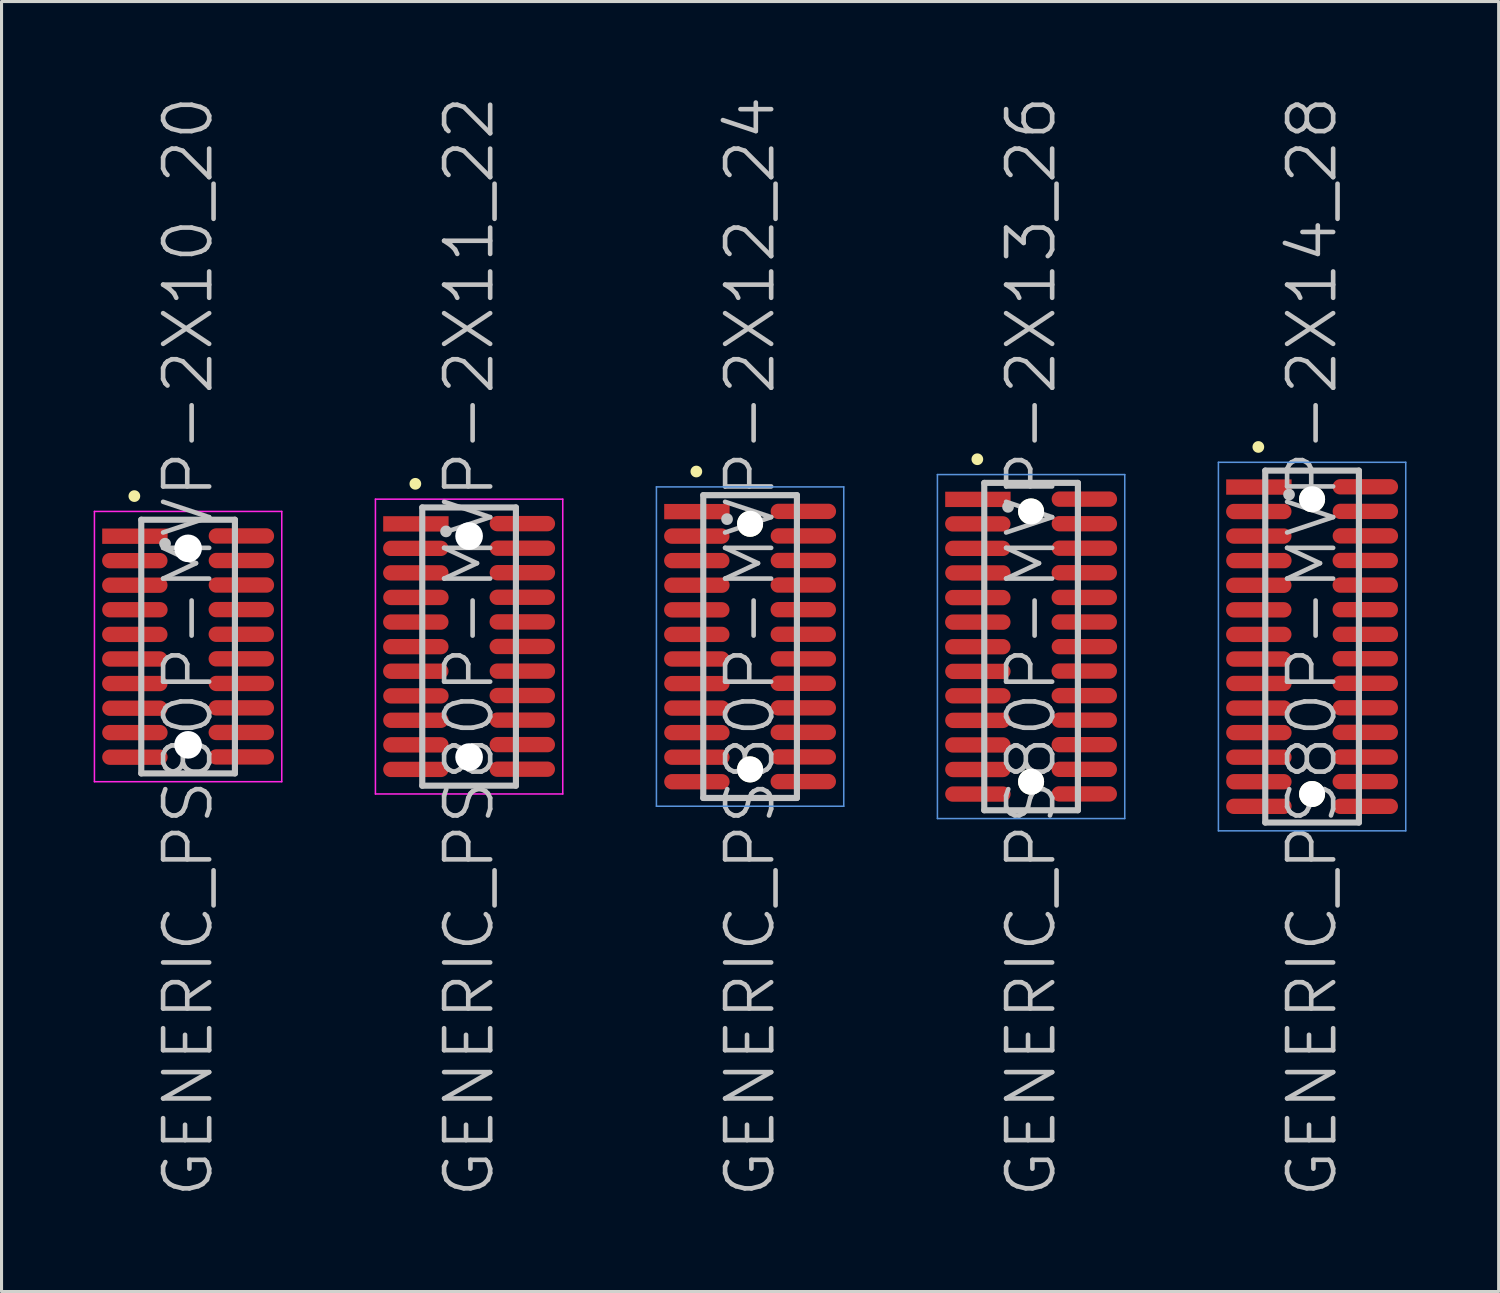
<source format=kicad_pcb>
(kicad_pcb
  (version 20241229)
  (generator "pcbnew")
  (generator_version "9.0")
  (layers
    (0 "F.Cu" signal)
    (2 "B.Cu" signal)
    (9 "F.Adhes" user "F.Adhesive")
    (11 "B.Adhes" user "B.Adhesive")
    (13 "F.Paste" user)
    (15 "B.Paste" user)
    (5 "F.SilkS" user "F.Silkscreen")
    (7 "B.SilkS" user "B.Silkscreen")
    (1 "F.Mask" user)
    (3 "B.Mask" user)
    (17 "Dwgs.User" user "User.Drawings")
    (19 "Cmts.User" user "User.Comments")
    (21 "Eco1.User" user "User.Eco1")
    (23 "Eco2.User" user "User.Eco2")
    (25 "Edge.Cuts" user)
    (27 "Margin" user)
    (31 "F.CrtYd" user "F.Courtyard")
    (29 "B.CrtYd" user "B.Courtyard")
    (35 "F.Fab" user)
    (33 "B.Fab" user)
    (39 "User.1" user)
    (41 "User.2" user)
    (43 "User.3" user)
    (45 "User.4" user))
  (footprint "GENERIC_PS80P-MVP-2X13_26"
    (layer "F.Cu")
    (at 30.525 18.004)
    (property "Reference" "GENERIC_PS80P-MVP-2X13_26" (at 0 0 90) (layer "Dwgs.User") (effects (font (size 1.5 1.5) (thickness 0.15))))
    (attr smd)
    (fp_line (start -1.75 -6.1) (end -1.75 -6.1) (stroke (width 0.381) (type solid)) (layer "F.SilkS"))
    (fp_line (start -1.525 -5.33) (end -1.525 5.33) (stroke (width 0.2) (type solid)) (layer "Dwgs.User"))
    (fp_line (start -1.525 -5.33) (end 1.525 -5.33) (stroke (width 0.2) (type solid)) (layer "Dwgs.User"))
    (fp_line (start -1.525 5.33) (end 1.525 5.33) (stroke (width 0.2) (type solid)) (layer "Dwgs.User"))
    (fp_line (start -0.75 -4.55) (end -0.75 -4.55) (stroke (width 0.381) (type solid)) (layer "Dwgs.User"))
    (fp_line (start 1.525 -5.33) (end 1.525 5.33) (stroke (width 0.2) (type solid)) (layer "Dwgs.User"))
    (fp_line (start -3.05 -5.6) (end -3.05 5.6) (stroke (width 0.05) (type solid)) (layer "Cmts.User"))
    (fp_line (start -3.05 -5.6) (end 3.05 -5.6) (stroke (width 0.05) (type solid)) (layer "Cmts.User"))
    (fp_line (start -3.05 5.6) (end 3.05 5.6) (stroke (width 0.05) (type solid)) (layer "Cmts.User"))
    (fp_line (start 3.05 -5.6) (end 3.05 5.6) (stroke (width 0.05) (type solid)) (layer "Cmts.User"))
    (pad "" np_thru_hole circle (at 0 -4.399 270) (size 0.848 0.848) (drill 0.848) (layers "*.Cu" "*.Mask" "F.SilkS"))
    (pad "" np_thru_hole circle (at 0 4.402 270) (size 0.848 0.848) (drill 0.848) (layers "*.Cu" "*.Mask" "F.SilkS"))
    (pad "1" smd rect (at -1.732 -4.793 270) (size 0.5 2.13) (layers "F.Cu" "F.Mask" "F.Paste"))
    (pad "2" smd oval (at 1.735 -4.801 270) (size 0.5 2.13) (layers "F.Cu" "F.Mask" "F.Paste"))
    (pad "3" smd oval (at -1.735 -3.995 270) (size 0.5 2.13) (layers "F.Cu" "F.Mask" "F.Paste"))
    (pad "4" smd oval (at 1.735 -4 270) (size 0.5 2.13) (layers "F.Cu" "F.Mask" "F.Paste"))
    (pad "5" smd oval (at -1.735 -3.198 270) (size 0.5 2.13) (layers "F.Cu" "F.Mask" "F.Paste"))
    (pad "6" smd oval (at 1.735 -3.203 270) (size 0.5 2.13) (layers "F.Cu" "F.Mask" "F.Paste"))
    (pad "7" smd oval (at -1.732 -2.398 270) (size 0.5 2.13) (layers "F.Cu" "F.Mask" "F.Paste"))
    (pad "8" smd oval (at 1.732 -2.403 270) (size 0.5 2.13) (layers "F.Cu" "F.Mask" "F.Paste"))
    (pad "9" smd oval (at -1.735 -1.595 270) (size 0.5 2.13) (layers "F.Cu" "F.Mask" "F.Paste"))
    (pad "10" smd oval (at 1.732 -1.6 270) (size 0.5 2.13) (layers "F.Cu" "F.Mask" "F.Paste"))
    (pad "11" smd oval (at -1.735 -0.795 270) (size 0.5 2.13) (layers "F.Cu" "F.Mask" "F.Paste"))
    (pad "12" smd oval (at 1.732 -0.8 270) (size 0.5 2.13) (layers "F.Cu" "F.Mask" "F.Paste"))
    (pad "13" smd oval (at -1.735 0.005 270) (size 0.5 2.13) (layers "F.Cu" "F.Mask" "F.Paste"))
    (pad "14" smd oval (at 1.735 0.003 270) (size 0.5 2.13) (layers "F.Cu" "F.Mask" "F.Paste"))
    (pad "15" smd oval (at -1.732 0.808 270) (size 0.5 2.13) (layers "F.Cu" "F.Mask" "F.Paste"))
    (pad "16" smd oval (at 1.732 0.798 270) (size 0.5 2.13) (layers "F.Cu" "F.Mask" "F.Paste"))
    (pad "17" smd oval (at -1.732 1.603 270) (size 0.5 2.13) (layers "F.Cu" "F.Mask" "F.Paste"))
    (pad "18" smd oval (at 1.732 1.598 270) (size 0.5 2.13) (layers "F.Cu" "F.Mask" "F.Paste"))
    (pad "19" smd oval (at -1.732 2.403 270) (size 0.5 2.13) (layers "F.Cu" "F.Mask" "F.Paste"))
    (pad "20" smd oval (at 1.732 2.395 270) (size 0.5 2.13) (layers "F.Cu" "F.Mask" "F.Paste"))
    (pad "21" smd oval (at -1.732 3.203 270) (size 0.5 2.13) (layers "F.Cu" "F.Mask" "F.Paste"))
    (pad "22" smd oval (at 1.732 3.195 270) (size 0.5 2.13) (layers "F.Cu" "F.Mask" "F.Paste"))
    (pad "23" smd oval (at -1.732 4.003 270) (size 0.5 2.13) (layers "F.Cu" "F.Mask" "F.Paste"))
    (pad "24" smd oval (at 1.732 3.998 270) (size 0.5 2.13) (layers "F.Cu" "F.Mask" "F.Paste"))
    (pad "25" smd oval (at -1.732 4.803 270) (size 0.5 2.13) (layers "F.Cu" "F.Mask" "F.Paste"))
    (pad "26" smd oval (at 1.732 4.798 270) (size 0.5 2.13) (layers "F.Cu" "F.Mask" "F.Paste")))
  (footprint "GENERIC_PS80P-MVP-2X10_20"
    (layer "F.Cu")
    (at 3.075 18.004)
    (property "Reference" "GENERIC_PS80P-MVP-2X10_20" (at 0 0 90) (layer "Dwgs.User") (effects (font (size 1.5 1.5) (thickness 0.15))))
    (attr smd)
    (fp_line (start -1.75 -4.9) (end -1.75 -4.9) (stroke (width 0.381) (type solid)) (layer "F.SilkS"))
    (fp_line (start -1.525 -4.13) (end -1.525 4.13) (stroke (width 0.2) (type solid)) (layer "Dwgs.User"))
    (fp_line (start -1.525 -4.13) (end 1.525 -4.13) (stroke (width 0.2) (type solid)) (layer "Dwgs.User"))
    (fp_line (start -1.525 4.13) (end 1.525 4.13) (stroke (width 0.2) (type solid)) (layer "Dwgs.User"))
    (fp_line (start -0.75 -3.35) (end -0.75 -3.35) (stroke (width 0.381) (type solid)) (layer "Dwgs.User"))
    (fp_line (start 1.525 -4.13) (end 1.525 4.13) (stroke (width 0.2) (type solid)) (layer "Dwgs.User"))
    (fp_line (start -3.05 -4.4) (end -3.05 4.4) (stroke (width 0.05) (type solid)) (layer "F.CrtYd"))
    (fp_line (start -3.05 -4.4) (end 3.05 -4.4) (stroke (width 0.05) (type solid)) (layer "F.CrtYd"))
    (fp_line (start -3.05 4.4) (end 3.05 4.4) (stroke (width 0.05) (type solid)) (layer "F.CrtYd"))
    (fp_line (start 3.05 -4.4) (end 3.05 4.4) (stroke (width 0.05) (type solid)) (layer "F.CrtYd"))
    (pad "" np_thru_hole circle (at 0 -3.198 270) (size 0.9 0.9) (drill 0.9) (layers "*.Cu" "*.Mask"))
    (pad "" np_thru_hole circle (at 0 3.2 270) (size 0.9 0.9) (drill 0.9) (layers "*.Cu" "*.Mask"))
    (pad "1" smd rect (at -1.732 -3.594 270) (size 0.5 2.13) (layers "F.Cu" "F.Mask" "F.Paste"))
    (pad "2" smd oval (at 1.735 -3.602 270) (size 0.5 2.13) (layers "F.Cu" "F.Mask" "F.Paste"))
    (pad "3" smd oval (at -1.735 -2.797 270) (size 0.5 2.13) (layers "F.Cu" "F.Mask" "F.Paste"))
    (pad "4" smd oval (at 1.735 -2.802 270) (size 0.5 2.13) (layers "F.Cu" "F.Mask" "F.Paste"))
    (pad "5" smd oval (at -1.735 -1.999 270) (size 0.5 2.13) (layers "F.Cu" "F.Mask" "F.Paste"))
    (pad "6" smd oval (at 1.735 -2.004 270) (size 0.5 2.13) (layers "F.Cu" "F.Mask" "F.Paste"))
    (pad "7" smd oval (at -1.732 -1.199 270) (size 0.5 2.13) (layers "F.Cu" "F.Mask" "F.Paste"))
    (pad "8" smd oval (at 1.732 -1.204 270) (size 0.5 2.13) (layers "F.Cu" "F.Mask" "F.Paste"))
    (pad "9" smd oval (at -1.735 -0.396 270) (size 0.5 2.13) (layers "F.Cu" "F.Mask" "F.Paste"))
    (pad "10" smd oval (at 1.732 -0.401 270) (size 0.5 2.13) (layers "F.Cu" "F.Mask" "F.Paste"))
    (pad "11" smd oval (at -1.735 0.404 270) (size 0.5 2.13) (layers "F.Cu" "F.Mask" "F.Paste"))
    (pad "12" smd oval (at 1.732 0.399 270) (size 0.5 2.13) (layers "F.Cu" "F.Mask" "F.Paste"))
    (pad "13" smd oval (at -1.735 1.204 270) (size 0.5 2.13) (layers "F.Cu" "F.Mask" "F.Paste"))
    (pad "14" smd oval (at 1.735 1.201 270) (size 0.5 2.13) (layers "F.Cu" "F.Mask" "F.Paste"))
    (pad "15" smd oval (at -1.732 2.007 270) (size 0.5 2.13) (layers "F.Cu" "F.Mask" "F.Paste"))
    (pad "16" smd oval (at 1.732 1.996 270) (size 0.5 2.13) (layers "F.Cu" "F.Mask" "F.Paste"))
    (pad "17" smd oval (at -1.732 2.802 270) (size 0.5 2.13) (layers "F.Cu" "F.Mask" "F.Paste"))
    (pad "18" smd oval (at 1.732 2.797 270) (size 0.5 2.13) (layers "F.Cu" "F.Mask" "F.Paste"))
    (pad "19" smd oval (at -1.732 3.602 270) (size 0.5 2.13) (layers "F.Cu" "F.Mask" "F.Paste"))
    (pad "20" smd oval (at 1.732 3.594 270) (size 0.5 2.13) (layers "F.Cu" "F.Mask" "F.Paste")))
  (footprint "GENERIC_PS80P-MVP-2X11_22"
    (layer "F.Cu")
    (at 12.225 18.004)
    (property "Reference" "GENERIC_PS80P-MVP-2X11_22" (at 0 0 90) (layer "Dwgs.User") (effects (font (size 1.5 1.5) (thickness 0.15))))
    (attr smd)
    (fp_line (start -1.75 -5.3) (end -1.75 -5.3) (stroke (width 0.381) (type solid)) (layer "F.SilkS"))
    (fp_line (start -1.525 -4.53) (end -1.525 4.53) (stroke (width 0.2) (type solid)) (layer "Dwgs.User"))
    (fp_line (start -1.525 -4.53) (end 1.525 -4.53) (stroke (width 0.2) (type solid)) (layer "Dwgs.User"))
    (fp_line (start -1.525 4.53) (end 1.525 4.53) (stroke (width 0.2) (type solid)) (layer "Dwgs.User"))
    (fp_line (start -0.75 -3.75) (end -0.75 -3.75) (stroke (width 0.381) (type solid)) (layer "Dwgs.User"))
    (fp_line (start 1.525 -4.53) (end 1.525 4.53) (stroke (width 0.2) (type solid)) (layer "Dwgs.User"))
    (fp_line (start -3.05 -4.8) (end -3.05 4.8) (stroke (width 0.05) (type solid)) (layer "F.CrtYd"))
    (fp_line (start -3.05 -4.8) (end 3.05 -4.8) (stroke (width 0.05) (type solid)) (layer "F.CrtYd"))
    (fp_line (start -3.05 4.8) (end 3.05 4.8) (stroke (width 0.05) (type solid)) (layer "F.CrtYd"))
    (fp_line (start 3.05 -4.8) (end 3.05 4.8) (stroke (width 0.05) (type solid)) (layer "F.CrtYd"))
    (pad "" np_thru_hole circle (at 0 -3.599 270) (size 0.9 0.9) (drill 0.9) (layers "*.Cu" "*.Mask"))
    (pad "" np_thru_hole circle (at 0 3.599 270) (size 0.9 0.9) (drill 0.9) (layers "*.Cu" "*.Mask"))
    (pad "1" smd rect (at -1.732 -3.995 270) (size 0.5 2.13) (layers "F.Cu" "F.Mask" "F.Paste"))
    (pad "2" smd oval (at 1.735 -4.003 270) (size 0.5 2.13) (layers "F.Cu" "F.Mask" "F.Paste"))
    (pad "3" smd oval (at -1.735 -3.198 270) (size 0.5 2.13) (layers "F.Cu" "F.Mask" "F.Paste"))
    (pad "4" smd oval (at 1.735 -3.203 270) (size 0.5 2.13) (layers "F.Cu" "F.Mask" "F.Paste"))
    (pad "5" smd oval (at -1.735 -2.4 270) (size 0.5 2.13) (layers "F.Cu" "F.Mask" "F.Paste"))
    (pad "6" smd oval (at 1.735 -2.405 270) (size 0.5 2.13) (layers "F.Cu" "F.Mask" "F.Paste"))
    (pad "7" smd oval (at -1.732 -1.6 270) (size 0.5 2.13) (layers "F.Cu" "F.Mask" "F.Paste"))
    (pad "8" smd oval (at 1.732 -1.605 270) (size 0.5 2.13) (layers "F.Cu" "F.Mask" "F.Paste"))
    (pad "9" smd oval (at -1.735 -0.798 270) (size 0.5 2.13) (layers "F.Cu" "F.Mask" "F.Paste"))
    (pad "10" smd oval (at 1.732 -0.803 270) (size 0.5 2.13) (layers "F.Cu" "F.Mask" "F.Paste"))
    (pad "11" smd oval (at -1.735 0.003 270) (size 0.5 2.13) (layers "F.Cu" "F.Mask" "F.Paste"))
    (pad "12" smd oval (at 1.732 -0.003 270) (size 0.5 2.13) (layers "F.Cu" "F.Mask" "F.Paste"))
    (pad "13" smd oval (at -1.735 0.803 270) (size 0.5 2.13) (layers "F.Cu" "F.Mask" "F.Paste"))
    (pad "14" smd oval (at 1.735 0.8 270) (size 0.5 2.13) (layers "F.Cu" "F.Mask" "F.Paste"))
    (pad "15" smd oval (at -1.732 1.605 270) (size 0.5 2.13) (layers "F.Cu" "F.Mask" "F.Paste"))
    (pad "16" smd oval (at 1.732 1.595 270) (size 0.5 2.13) (layers "F.Cu" "F.Mask" "F.Paste"))
    (pad "17" smd oval (at -1.732 2.4 270) (size 0.5 2.13) (layers "F.Cu" "F.Mask" "F.Paste"))
    (pad "18" smd oval (at 1.732 2.395 270) (size 0.5 2.13) (layers "F.Cu" "F.Mask" "F.Paste"))
    (pad "19" smd oval (at -1.732 3.2 270) (size 0.5 2.13) (layers "F.Cu" "F.Mask" "F.Paste"))
    (pad "20" smd oval (at 1.732 3.193 270) (size 0.5 2.13) (layers "F.Cu" "F.Mask" "F.Paste"))
    (pad "21" smd oval (at -1.732 4 270) (size 0.5 2.13) (layers "F.Cu" "F.Mask" "F.Paste"))
    (pad "22" smd oval (at 1.732 3.993 270) (size 0.5 2.13) (layers "F.Cu" "F.Mask" "F.Paste")))
  (footprint "GENERIC_PS80P-MVP-2X12_24"
    (layer "F.Cu")
    (at 21.375 18.004)
    (property "Reference" "GENERIC_PS80P-MVP-2X12_24" (at 0 0 90) (layer "Dwgs.User") (effects (font (size 1.5 1.5) (thickness 0.15))))
    (attr smd)
    (fp_line (start -1.75 -5.7) (end -1.75 -5.7) (stroke (width 0.381) (type solid)) (layer "F.SilkS"))
    (fp_line (start -1.525 -4.93) (end -1.525 4.93) (stroke (width 0.2) (type solid)) (layer "Dwgs.User"))
    (fp_line (start -1.525 -4.93) (end 1.525 -4.93) (stroke (width 0.2) (type solid)) (layer "Dwgs.User"))
    (fp_line (start -1.525 4.93) (end 1.525 4.93) (stroke (width 0.2) (type solid)) (layer "Dwgs.User"))
    (fp_line (start -0.75 -4.15) (end -0.75 -4.15) (stroke (width 0.381) (type solid)) (layer "Dwgs.User"))
    (fp_line (start 1.525 -4.93) (end 1.525 4.93) (stroke (width 0.2) (type solid)) (layer "Dwgs.User"))
    (fp_line (start -3.05 -5.2) (end -3.05 5.2) (stroke (width 0.05) (type solid)) (layer "Cmts.User"))
    (fp_line (start -3.05 -5.2) (end 3.05 -5.2) (stroke (width 0.05) (type solid)) (layer "Cmts.User"))
    (fp_line (start -3.05 5.2) (end 3.05 5.2) (stroke (width 0.05) (type solid)) (layer "Cmts.User"))
    (fp_line (start 3.05 -5.2) (end 3.05 5.2) (stroke (width 0.05) (type solid)) (layer "Cmts.User"))
    (pad "" np_thru_hole circle (at 0 -3.998 270) (size 0.848 0.848) (drill 0.848) (layers "*.Cu" "*.Mask" "F.SilkS"))
    (pad "" np_thru_hole circle (at 0 4 270) (size 0.848 0.848) (drill 0.848) (layers "*.Cu" "*.Mask" "F.SilkS"))
    (pad "1" smd rect (at -1.732 -4.394 270) (size 0.5 2.13) (layers "F.Cu" "F.Mask" "F.Paste"))
    (pad "2" smd oval (at 1.735 -4.402 270) (size 0.5 2.13) (layers "F.Cu" "F.Mask" "F.Paste"))
    (pad "3" smd oval (at -1.735 -3.597 270) (size 0.5 2.13) (layers "F.Cu" "F.Mask" "F.Paste"))
    (pad "4" smd oval (at 1.735 -3.602 270) (size 0.5 2.13) (layers "F.Cu" "F.Mask" "F.Paste"))
    (pad "5" smd oval (at -1.735 -2.799 270) (size 0.5 2.13) (layers "F.Cu" "F.Mask" "F.Paste"))
    (pad "6" smd oval (at 1.735 -2.804 270) (size 0.5 2.13) (layers "F.Cu" "F.Mask" "F.Paste"))
    (pad "7" smd oval (at -1.732 -1.999 270) (size 0.5 2.13) (layers "F.Cu" "F.Mask" "F.Paste"))
    (pad "8" smd oval (at 1.732 -2.004 270) (size 0.5 2.13) (layers "F.Cu" "F.Mask" "F.Paste"))
    (pad "9" smd oval (at -1.735 -1.196 270) (size 0.5 2.13) (layers "F.Cu" "F.Mask" "F.Paste"))
    (pad "10" smd oval (at 1.732 -1.201 270) (size 0.5 2.13) (layers "F.Cu" "F.Mask" "F.Paste"))
    (pad "11" smd oval (at -1.735 -0.396 270) (size 0.5 2.13) (layers "F.Cu" "F.Mask" "F.Paste"))
    (pad "12" smd oval (at 1.732 -0.401 270) (size 0.5 2.13) (layers "F.Cu" "F.Mask" "F.Paste"))
    (pad "13" smd oval (at -1.735 0.404 270) (size 0.5 2.13) (layers "F.Cu" "F.Mask" "F.Paste"))
    (pad "14" smd oval (at 1.735 0.401 270) (size 0.5 2.13) (layers "F.Cu" "F.Mask" "F.Paste"))
    (pad "15" smd oval (at -1.732 1.206 270) (size 0.5 2.13) (layers "F.Cu" "F.Mask" "F.Paste"))
    (pad "16" smd oval (at 1.732 1.196 270) (size 0.5 2.13) (layers "F.Cu" "F.Mask" "F.Paste"))
    (pad "17" smd oval (at -1.732 2.002 270) (size 0.5 2.13) (layers "F.Cu" "F.Mask" "F.Paste"))
    (pad "18" smd oval (at 1.732 1.996 270) (size 0.5 2.13) (layers "F.Cu" "F.Mask" "F.Paste"))
    (pad "19" smd oval (at -1.732 2.802 270) (size 0.5 2.13) (layers "F.Cu" "F.Mask" "F.Paste"))
    (pad "20" smd oval (at 1.732 2.794 270) (size 0.5 2.13) (layers "F.Cu" "F.Mask" "F.Paste"))
    (pad "21" smd oval (at -1.732 3.602 270) (size 0.5 2.13) (layers "F.Cu" "F.Mask" "F.Paste"))
    (pad "22" smd oval (at 1.732 3.594 270) (size 0.5 2.13) (layers "F.Cu" "F.Mask" "F.Paste"))
    (pad "23" smd oval (at -1.732 4.402 270) (size 0.5 2.13) (layers "F.Cu" "F.Mask" "F.Paste"))
    (pad "24" smd oval (at 1.732 4.397 270) (size 0.5 2.13) (layers "F.Cu" "F.Mask" "F.Paste")))
  (footprint "GENERIC_PS80P-MVP-2X14_28"
    (layer "F.Cu")
    (at 39.675 18.004)
    (property "Reference" "GENERIC_PS80P-MVP-2X14_28" (at 0 0 90) (layer "Dwgs.User") (effects (font (size 1.5 1.5) (thickness 0.15))))
    (attr smd)
    (fp_line (start -1.75 -6.5) (end -1.75 -6.5) (stroke (width 0.381) (type solid)) (layer "F.SilkS"))
    (fp_line (start -1.525 -5.73) (end -1.525 5.73) (stroke (width 0.2) (type solid)) (layer "Dwgs.User"))
    (fp_line (start -1.525 -5.73) (end 1.525 -5.73) (stroke (width 0.2) (type solid)) (layer "Dwgs.User"))
    (fp_line (start -1.525 5.73) (end 1.525 5.73) (stroke (width 0.2) (type solid)) (layer "Dwgs.User"))
    (fp_line (start -0.75 -4.95) (end -0.75 -4.95) (stroke (width 0.381) (type solid)) (layer "Dwgs.User"))
    (fp_line (start 1.525 -5.73) (end 1.525 5.73) (stroke (width 0.2) (type solid)) (layer "Dwgs.User"))
    (fp_line (start -3.05 -6) (end -3.05 6) (stroke (width 0.05) (type solid)) (layer "Cmts.User"))
    (fp_line (start -3.05 -6) (end 3.05 -6) (stroke (width 0.05) (type solid)) (layer "Cmts.User"))
    (fp_line (start -3.05 6) (end 3.05 6) (stroke (width 0.05) (type solid)) (layer "Cmts.User"))
    (fp_line (start 3.05 -6) (end 3.05 6) (stroke (width 0.05) (type solid)) (layer "Cmts.User"))
    (pad "" np_thru_hole circle (at 0 -4.798 270) (size 0.848 0.848) (drill 0.848) (layers "*.Cu" "*.Mask" "F.SilkS"))
    (pad "" np_thru_hole circle (at 0 4.801 270) (size 0.848 0.848) (drill 0.848) (layers "*.Cu" "*.Mask" "F.SilkS"))
    (pad "1" smd rect (at -1.732 -5.194 270) (size 0.5 2.13) (layers "F.Cu" "F.Mask" "F.Paste"))
    (pad "2" smd oval (at 1.735 -5.202 270) (size 0.5 2.13) (layers "F.Cu" "F.Mask" "F.Paste"))
    (pad "3" smd oval (at -1.735 -4.397 270) (size 0.5 2.13) (layers "F.Cu" "F.Mask" "F.Paste"))
    (pad "4" smd oval (at 1.735 -4.402 270) (size 0.5 2.13) (layers "F.Cu" "F.Mask" "F.Paste"))
    (pad "5" smd oval (at -1.735 -3.599 270) (size 0.5 2.13) (layers "F.Cu" "F.Mask" "F.Paste"))
    (pad "6" smd oval (at 1.735 -3.604 270) (size 0.5 2.13) (layers "F.Cu" "F.Mask" "F.Paste"))
    (pad "7" smd oval (at -1.732 -2.799 270) (size 0.5 2.13) (layers "F.Cu" "F.Mask" "F.Paste"))
    (pad "8" smd oval (at 1.732 -2.804 270) (size 0.5 2.13) (layers "F.Cu" "F.Mask" "F.Paste"))
    (pad "9" smd oval (at -1.735 -1.996 270) (size 0.5 2.13) (layers "F.Cu" "F.Mask" "F.Paste"))
    (pad "10" smd oval (at 1.732 -2.002 270) (size 0.5 2.13) (layers "F.Cu" "F.Mask" "F.Paste"))
    (pad "11" smd oval (at -1.735 -1.196 270) (size 0.5 2.13) (layers "F.Cu" "F.Mask" "F.Paste"))
    (pad "12" smd oval (at 1.732 -1.201 270) (size 0.5 2.13) (layers "F.Cu" "F.Mask" "F.Paste"))
    (pad "13" smd oval (at -1.735 -0.396 270) (size 0.5 2.13) (layers "F.Cu" "F.Mask" "F.Paste"))
    (pad "14" smd oval (at 1.735 -0.399 270) (size 0.5 2.13) (layers "F.Cu" "F.Mask" "F.Paste"))
    (pad "15" smd oval (at -1.732 0.406 270) (size 0.5 2.13) (layers "F.Cu" "F.Mask" "F.Paste"))
    (pad "16" smd oval (at 1.732 0.396 270) (size 0.5 2.13) (layers "F.Cu" "F.Mask" "F.Paste"))
    (pad "17" smd oval (at -1.732 1.201 270) (size 0.5 2.13) (layers "F.Cu" "F.Mask" "F.Paste"))
    (pad "18" smd oval (at 1.732 1.196 270) (size 0.5 2.13) (layers "F.Cu" "F.Mask" "F.Paste"))
    (pad "19" smd oval (at -1.732 2.002 270) (size 0.5 2.13) (layers "F.Cu" "F.Mask" "F.Paste"))
    (pad "20" smd oval (at 1.732 1.994 270) (size 0.5 2.13) (layers "F.Cu" "F.Mask" "F.Paste"))
    (pad "21" smd oval (at -1.732 2.802 270) (size 0.5 2.13) (layers "F.Cu" "F.Mask" "F.Paste"))
    (pad "22" smd oval (at 1.732 2.794 270) (size 0.5 2.13) (layers "F.Cu" "F.Mask" "F.Paste"))
    (pad "23" smd oval (at -1.732 3.602 270) (size 0.5 2.13) (layers "F.Cu" "F.Mask" "F.Paste"))
    (pad "24" smd oval (at 1.732 3.597 270) (size 0.5 2.13) (layers "F.Cu" "F.Mask" "F.Paste"))
    (pad "25" smd oval (at -1.732 4.402 270) (size 0.5 2.13) (layers "F.Cu" "F.Mask" "F.Paste"))
    (pad "26" smd oval (at 1.732 4.397 270) (size 0.5 2.13) (layers "F.Cu" "F.Mask" "F.Paste"))
    (pad "27" smd oval (at -1.732 5.202 270) (size 0.5 2.13) (layers "F.Cu" "F.Mask" "F.Paste"))
    (pad "28" smd oval (at 1.732 5.202 270) (size 0.5 2.13) (layers "F.Cu" "F.Mask" "F.Paste")))
  (gr_rect
    (start -3 -3)
    (end 45.75 39.007)
    (stroke (width 0.1) (type default))
    (fill no)
    (layer "Edge.Cuts")))
</source>
